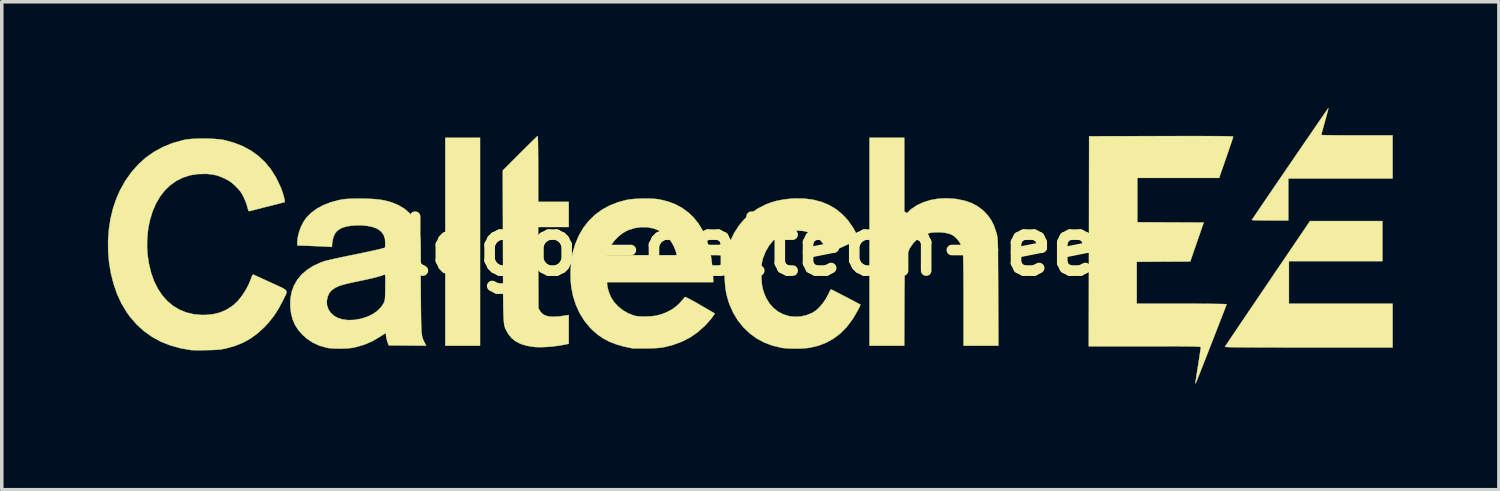
<source format=kicad_pcb>
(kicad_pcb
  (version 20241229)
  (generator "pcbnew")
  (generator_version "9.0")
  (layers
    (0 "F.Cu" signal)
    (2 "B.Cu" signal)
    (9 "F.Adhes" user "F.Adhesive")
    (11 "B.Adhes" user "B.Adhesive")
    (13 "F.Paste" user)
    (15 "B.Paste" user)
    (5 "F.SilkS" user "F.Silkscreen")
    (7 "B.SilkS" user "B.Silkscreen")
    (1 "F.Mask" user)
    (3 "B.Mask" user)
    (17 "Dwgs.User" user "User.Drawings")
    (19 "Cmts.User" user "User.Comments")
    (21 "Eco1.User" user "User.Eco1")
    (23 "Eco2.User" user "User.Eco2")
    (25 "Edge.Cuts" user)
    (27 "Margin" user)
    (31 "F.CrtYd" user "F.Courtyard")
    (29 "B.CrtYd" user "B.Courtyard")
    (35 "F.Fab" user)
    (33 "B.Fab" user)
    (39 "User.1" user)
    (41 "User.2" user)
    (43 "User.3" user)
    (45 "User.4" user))
  (footprint "logo-caltech-ee"
    (layer "F.Cu")
    (at 18.154 3.908)
    (property "Reference" "logo-caltech-ee" (at 0 0 0) (layer "F.SilkS") (effects (font (size 1.524 1.524) (thickness 0.3))))
    (attr through_hole)
    (fp_poly (pts (xy -7.637 2.811) (xy -8.619 2.811) (xy -8.619 -3.065) (xy -7.637 -3.065) (xy -7.637 2.811)) (stroke (width 0.01) (type solid)) (fill yes) (layer "F.SilkS"))
    (fp_poly (pts (xy 16.842 -0.711) (xy 17.865 -0.711) (xy 17.865 0.423) (xy 15.223 0.423) (xy 15.223 1.626) (xy 18.153 1.626) (xy 18.153 2.862) (xy 15.78 2.862) (xy 15.438 2.862) (xy 15.128 2.862) (xy 14.85 2.861) (xy 14.601 2.861) (xy 14.38 2.86) (xy 14.187 2.859) (xy 14.018 2.858) (xy 13.874 2.857) (xy 13.752 2.856) (xy 13.652 2.854) (xy 13.571 2.853) (xy 13.509 2.851) (xy 13.464 2.848) (xy 13.434 2.846) (xy 13.419 2.843) (xy 13.416 2.841) (xy 13.426 2.824) (xy 13.455 2.781) (xy 13.5 2.714) (xy 13.56 2.624) (xy 13.635 2.512) (xy 13.724 2.381) (xy 13.824 2.232) (xy 13.936 2.067) (xy 14.057 1.888) (xy 14.187 1.696) (xy 14.325 1.493) (xy 14.469 1.28) (xy 14.618 1.06) (xy 14.622 1.054) (xy 15.819 -0.711) (xy 16.842 -0.711)) (stroke (width 0.01) (type solid)) (fill yes) (layer "F.SilkS"))
    (fp_poly (pts (xy 16.335 -3.886) (xy 16.325 -3.84) (xy 16.307 -3.772) (xy 16.284 -3.685) (xy 16.257 -3.584) (xy 16.241 -3.527) (xy 16.211 -3.42) (xy 16.185 -3.324) (xy 16.163 -3.244) (xy 16.147 -3.185) (xy 16.139 -3.151) (xy 16.137 -3.144) (xy 16.154 -3.142) (xy 16.201 -3.14) (xy 16.277 -3.138) (xy 16.377 -3.137) (xy 16.5 -3.135) (xy 16.641 -3.134) (xy 16.799 -3.133) (xy 16.97 -3.133) (xy 17.145 -3.133) (xy 18.153 -3.133) (xy 18.153 -1.913) (xy 15.206 -1.913) (xy 15.206 -0.728) (xy 14.688 -0.728) (xy 14.56 -0.729) (xy 14.444 -0.73) (xy 14.343 -0.732) (xy 14.263 -0.734) (xy 14.207 -0.737) (xy 14.179 -0.74) (xy 14.176 -0.742) (xy 14.187 -0.759) (xy 14.215 -0.802) (xy 14.26 -0.868) (xy 14.319 -0.955) (xy 14.391 -1.062) (xy 14.474 -1.185) (xy 14.568 -1.323) (xy 14.671 -1.474) (xy 14.781 -1.635) (xy 14.897 -1.805) (xy 15.017 -1.98) (xy 15.14 -2.16) (xy 15.264 -2.342) (xy 15.388 -2.524) (xy 15.511 -2.703) (xy 15.63 -2.877) (xy 15.746 -3.045) (xy 15.855 -3.204) (xy 15.957 -3.353) (xy 16.049 -3.488) (xy 16.132 -3.608) (xy 16.203 -3.71) (xy 16.26 -3.793) (xy 16.303 -3.854) (xy 16.329 -3.891) (xy 16.338 -3.903) (xy 16.335 -3.886)) (stroke (width 0.01) (type solid)) (fill yes) (layer "F.SilkS"))
    (fp_poly (pts (xy -6.005 -3.099) (xy -6.003 -3.052) (xy -6.001 -2.977) (xy -5.999 -2.877) (xy -5.997 -2.756) (xy -5.996 -2.616) (xy -5.995 -2.461) (xy -5.994 -2.293) (xy -5.994 -2.184) (xy -5.994 -1.253) (xy -5.131 -1.253) (xy -5.131 -0.542) (xy -5.995 -0.542) (xy -5.991 0.605) (xy -5.986 1.753) (xy -5.944 1.829) (xy -5.887 1.901) (xy -5.808 1.952) (xy -5.706 1.983) (xy -5.578 1.994) (xy -5.424 1.986) (xy -5.393 1.983) (xy -5.316 1.973) (xy -5.246 1.963) (xy -5.195 1.955) (xy -5.177 1.952) (xy -5.131 1.943) (xy -5.131 2.757) (xy -5.218 2.776) (xy -5.391 2.808) (xy -5.572 2.832) (xy -5.752 2.847) (xy -5.921 2.854) (xy -6.072 2.85) (xy -6.132 2.844) (xy -6.324 2.812) (xy -6.489 2.761) (xy -6.628 2.69) (xy -6.743 2.599) (xy -6.835 2.486) (xy -6.871 2.425) (xy -6.887 2.396) (xy -6.902 2.369) (xy -6.915 2.344) (xy -6.926 2.318) (xy -6.936 2.29) (xy -6.945 2.257) (xy -6.953 2.218) (xy -6.96 2.171) (xy -6.965 2.114) (xy -6.97 2.045) (xy -6.974 1.962) (xy -6.977 1.865) (xy -6.98 1.75) (xy -6.982 1.616) (xy -6.984 1.46) (xy -6.985 1.283) (xy -6.986 1.08) (xy -6.987 0.851) (xy -6.988 0.594) (xy -6.988 0.306) (xy -6.989 -0.013) (xy -6.989 -0.016) (xy -6.995 -2.14) (xy -6.508 -2.628) (xy -6.402 -2.733) (xy -6.303 -2.831) (xy -6.215 -2.919) (xy -6.139 -2.993) (xy -6.077 -3.052) (xy -6.034 -3.093) (xy -6.011 -3.114) (xy -6.007 -3.116) (xy -6.005 -3.099)) (stroke (width 0.01) (type solid)) (fill yes) (layer "F.SilkS"))
    (fp_poly (pts (xy 4.353 -0.855) (xy 4.416 -0.925) (xy 4.555 -1.054) (xy 4.718 -1.161) (xy 4.901 -1.245) (xy 5.101 -1.306) (xy 5.316 -1.343) (xy 5.543 -1.354) (xy 5.777 -1.339) (xy 5.846 -1.33) (xy 6.059 -1.286) (xy 6.247 -1.222) (xy 6.414 -1.135) (xy 6.563 -1.025) (xy 6.605 -0.987) (xy 6.72 -0.863) (xy 6.814 -0.728) (xy 6.89 -0.574) (xy 6.951 -0.395) (xy 6.963 -0.352) (xy 6.969 -0.328) (xy 6.975 -0.303) (xy 6.98 -0.277) (xy 6.984 -0.247) (xy 6.988 -0.211) (xy 6.991 -0.166) (xy 6.994 -0.11) (xy 6.996 -0.041) (xy 6.998 0.043) (xy 7 0.145) (xy 7.001 0.267) (xy 7.002 0.411) (xy 7.003 0.579) (xy 7.004 0.774) (xy 7.005 0.998) (xy 7.006 1.253) (xy 7.006 1.3) (xy 7.012 2.811) (xy 6.028 2.811) (xy 6.028 1.568) (xy 6.028 1.301) (xy 6.027 1.06) (xy 6.026 0.845) (xy 6.024 0.659) (xy 6.022 0.501) (xy 6.019 0.374) (xy 6.016 0.278) (xy 6.012 0.214) (xy 6.01 0.193) (xy 5.986 0.065) (xy 5.953 -0.039) (xy 5.906 -0.127) (xy 5.841 -0.206) (xy 5.825 -0.223) (xy 5.766 -0.278) (xy 5.712 -0.315) (xy 5.651 -0.342) (xy 5.612 -0.356) (xy 5.504 -0.38) (xy 5.378 -0.393) (xy 5.248 -0.394) (xy 5.125 -0.384) (xy 5.038 -0.365) (xy 4.875 -0.301) (xy 4.733 -0.21) (xy 4.611 -0.092) (xy 4.51 0.052) (xy 4.431 0.222) (xy 4.392 0.339) (xy 4.386 0.362) (xy 4.381 0.389) (xy 4.377 0.421) (xy 4.373 0.461) (xy 4.37 0.511) (xy 4.367 0.575) (xy 4.365 0.654) (xy 4.363 0.752) (xy 4.361 0.87) (xy 4.36 1.012) (xy 4.358 1.179) (xy 4.357 1.375) (xy 4.356 1.602) (xy 4.356 1.63) (xy 4.351 2.811) (xy 3.37 2.811) (xy 3.37 -3.065) (xy 4.352 -3.065) (xy 4.353 -0.855)) (stroke (width 0.01) (type solid)) (fill yes) (layer "F.SilkS"))
    (fp_poly (pts (xy 12.688 -3.113) (xy 12.883 -3.112) (xy 13.053 -3.112) (xy 13.197 -3.111) (xy 13.319 -3.11) (xy 13.419 -3.109) (xy 13.498 -3.107) (xy 13.559 -3.105) (xy 13.603 -3.103) (xy 13.632 -3.1) (xy 13.646 -3.097) (xy 13.648 -3.095) (xy 13.643 -3.074) (xy 13.628 -3.026) (xy 13.604 -2.953) (xy 13.572 -2.859) (xy 13.535 -2.748) (xy 13.492 -2.624) (xy 13.45 -2.502) (xy 13.251 -1.93) (xy 10.939 -1.93) (xy 10.939 -0.678) (xy 11.877 -0.673) (xy 12.815 -0.669) (xy 12.625 -0.119) (xy 12.435 0.432) (xy 11.678 0.436) (xy 10.922 0.441) (xy 10.922 1.626) (xy 12.192 1.626) (xy 12.398 1.626) (xy 12.594 1.626) (xy 12.776 1.627) (xy 12.943 1.628) (xy 13.09 1.63) (xy 13.217 1.632) (xy 13.32 1.633) (xy 13.397 1.636) (xy 13.445 1.638) (xy 13.462 1.64) (xy 13.462 1.64) (xy 13.456 1.658) (xy 13.439 1.704) (xy 13.412 1.775) (xy 13.376 1.869) (xy 13.332 1.982) (xy 13.282 2.111) (xy 13.227 2.252) (xy 13.168 2.404) (xy 13.106 2.563) (xy 13.043 2.725) (xy 12.979 2.888) (xy 12.917 3.048) (xy 12.856 3.203) (xy 12.798 3.349) (xy 12.745 3.484) (xy 12.698 3.603) (xy 12.658 3.705) (xy 12.625 3.786) (xy 12.603 3.843) (xy 12.59 3.873) (xy 12.588 3.876) (xy 12.582 3.87) (xy 12.581 3.862) (xy 12.584 3.84) (xy 12.591 3.789) (xy 12.603 3.714) (xy 12.617 3.618) (xy 12.634 3.507) (xy 12.654 3.384) (xy 12.658 3.358) (xy 12.677 3.234) (xy 12.695 3.12) (xy 12.71 3.02) (xy 12.722 2.94) (xy 12.73 2.883) (xy 12.734 2.854) (xy 12.734 2.852) (xy 12.73 2.848) (xy 12.719 2.845) (xy 12.697 2.841) (xy 12.664 2.839) (xy 12.617 2.836) (xy 12.553 2.834) (xy 12.473 2.832) (xy 12.372 2.831) (xy 12.25 2.83) (xy 12.104 2.829) (xy 11.933 2.829) (xy 11.734 2.828) (xy 11.506 2.828) (xy 11.247 2.828) (xy 11.151 2.828) (xy 9.567 2.828) (xy 9.572 -0.14) (xy 9.576 -3.107) (xy 11.612 -3.112) (xy 11.928 -3.112) (xy 12.211 -3.113) (xy 12.464 -3.113) (xy 12.688 -3.113)) (stroke (width 0.01) (type solid)) (fill yes) (layer "F.SilkS"))
    (fp_poly (pts (xy -2.841 -1.345) (xy -2.71 -1.339) (xy -2.601 -1.327) (xy -2.574 -1.323) (xy -2.333 -1.265) (xy -2.115 -1.183) (xy -1.917 -1.075) (xy -1.737 -0.941) (xy -1.607 -0.817) (xy -1.467 -0.643) (xy -1.347 -0.446) (xy -1.247 -0.224) (xy -1.168 0.023) (xy -1.109 0.296) (xy -1.07 0.595) (xy -1.056 0.792) (xy -1.045 1.016) (xy -4.047 1.016) (xy -4.047 1.063) (xy -4.038 1.14) (xy -4.015 1.235) (xy -3.982 1.336) (xy -3.94 1.433) (xy -3.935 1.444) (xy -3.85 1.578) (xy -3.737 1.701) (xy -3.602 1.809) (xy -3.45 1.897) (xy -3.294 1.958) (xy -3.238 1.972) (xy -3.175 1.981) (xy -3.097 1.986) (xy -2.996 1.988) (xy -2.963 1.987) (xy -2.799 1.981) (xy -2.656 1.962) (xy -2.524 1.928) (xy -2.394 1.879) (xy -2.345 1.856) (xy -2.244 1.804) (xy -2.156 1.747) (xy -2.072 1.681) (xy -1.988 1.599) (xy -1.897 1.497) (xy -1.844 1.434) (xy -1.827 1.438) (xy -1.785 1.458) (xy -1.721 1.491) (xy -1.639 1.535) (xy -1.543 1.588) (xy -1.437 1.649) (xy -1.417 1.661) (xy -1.001 1.902) (xy -1.072 2.005) (xy -1.113 2.059) (xy -1.171 2.127) (xy -1.237 2.2) (xy -1.295 2.26) (xy -1.489 2.433) (xy -1.701 2.578) (xy -1.931 2.696) (xy -2.182 2.789) (xy -2.401 2.846) (xy -2.469 2.859) (xy -2.538 2.869) (xy -2.616 2.877) (xy -2.709 2.882) (xy -2.825 2.885) (xy -2.929 2.887) (xy -3.04 2.889) (xy -3.14 2.889) (xy -3.226 2.889) (xy -3.291 2.888) (xy -3.33 2.886) (xy -3.336 2.885) (xy -3.578 2.834) (xy -3.792 2.772) (xy -3.982 2.698) (xy -4.153 2.608) (xy -4.309 2.502) (xy -4.454 2.377) (xy -4.53 2.3) (xy -4.688 2.108) (xy -4.821 1.894) (xy -4.928 1.66) (xy -5.008 1.409) (xy -5.056 1.167) (xy -5.072 1.014) (xy -5.079 0.844) (xy -5.077 0.667) (xy -5.066 0.493) (xy -5.048 0.332) (xy -5.033 0.254) (xy -4.048 0.254) (xy -2.081 0.254) (xy -2.092 0.191) (xy -2.104 0.146) (xy -2.127 0.083) (xy -2.157 0.012) (xy -2.169 -0.015) (xy -2.245 -0.145) (xy -2.343 -0.265) (xy -2.456 -0.366) (xy -2.57 -0.438) (xy -2.734 -0.502) (xy -2.908 -0.536) (xy -3.088 -0.539) (xy -3.269 -0.512) (xy -3.447 -0.455) (xy -3.502 -0.43) (xy -3.623 -0.358) (xy -3.741 -0.261) (xy -3.846 -0.15) (xy -3.932 -0.031) (xy -3.966 0.034) (xy -3.996 0.1) (xy -4.02 0.159) (xy -4.035 0.201) (xy -4.037 0.207) (xy -4.048 0.254) (xy -5.033 0.254) (xy -5.024 0.203) (xy -4.946 -0.061) (xy -4.844 -0.302) (xy -4.717 -0.52) (xy -4.566 -0.714) (xy -4.392 -0.884) (xy -4.195 -1.029) (xy -3.976 -1.15) (xy -3.734 -1.244) (xy -3.501 -1.307) (xy -3.398 -1.323) (xy -3.272 -1.336) (xy -3.131 -1.344) (xy -2.984 -1.347) (xy -2.841 -1.345)) (stroke (width 0.01) (type solid)) (fill yes) (layer "F.SilkS"))
    (fp_poly (pts (xy 1.522 -1.346) (xy 1.774 -1.314) (xy 2.009 -1.253) (xy 2.225 -1.164) (xy 2.424 -1.046) (xy 2.603 -0.9) (xy 2.763 -0.727) (xy 2.904 -0.526) (xy 2.993 -0.364) (xy 3.019 -0.315) (xy 3.038 -0.276) (xy 3.048 -0.244) (xy 3.047 -0.218) (xy 3.031 -0.193) (xy 2.999 -0.168) (xy 2.946 -0.138) (xy 2.871 -0.102) (xy 2.771 -0.057) (xy 2.655 -0.004) (xy 2.544 0.047) (xy 2.444 0.092) (xy 2.357 0.131) (xy 2.288 0.162) (xy 2.241 0.182) (xy 2.221 0.189) (xy 2.201 0.178) (xy 2.179 0.143) (xy 2.172 0.127) (xy 2.097 -0.02) (xy 1.995 -0.152) (xy 1.871 -0.264) (xy 1.732 -0.353) (xy 1.58 -0.413) (xy 1.566 -0.417) (xy 1.482 -0.432) (xy 1.377 -0.439) (xy 1.265 -0.437) (xy 1.158 -0.428) (xy 1.078 -0.413) (xy 0.918 -0.355) (xy 0.771 -0.267) (xy 0.64 -0.152) (xy 0.527 -0.011) (xy 0.433 0.152) (xy 0.361 0.335) (xy 0.352 0.365) (xy 0.337 0.422) (xy 0.327 0.476) (xy 0.32 0.535) (xy 0.316 0.606) (xy 0.314 0.698) (xy 0.314 0.779) (xy 0.317 0.935) (xy 0.327 1.066) (xy 0.347 1.182) (xy 0.377 1.29) (xy 0.42 1.4) (xy 0.454 1.472) (xy 0.545 1.622) (xy 0.657 1.748) (xy 0.788 1.85) (xy 0.934 1.926) (xy 1.091 1.975) (xy 1.256 1.995) (xy 1.425 1.987) (xy 1.596 1.948) (xy 1.755 1.882) (xy 1.854 1.818) (xy 1.954 1.726) (xy 2.05 1.613) (xy 2.138 1.484) (xy 2.212 1.345) (xy 2.219 1.33) (xy 2.245 1.276) (xy 2.267 1.236) (xy 2.281 1.219) (xy 2.281 1.219) (xy 2.298 1.227) (xy 2.34 1.247) (xy 2.402 1.279) (xy 2.48 1.319) (xy 2.569 1.365) (xy 2.665 1.415) (xy 2.762 1.465) (xy 2.855 1.514) (xy 2.941 1.559) (xy 3.015 1.598) (xy 3.071 1.628) (xy 3.105 1.647) (xy 3.113 1.651) (xy 3.109 1.669) (xy 3.091 1.71) (xy 3.062 1.768) (xy 3.024 1.838) (xy 2.981 1.913) (xy 2.937 1.989) (xy 2.893 2.059) (xy 2.876 2.084) (xy 2.722 2.287) (xy 2.55 2.461) (xy 2.361 2.606) (xy 2.154 2.723) (xy 1.931 2.81) (xy 1.692 2.867) (xy 1.675 2.87) (xy 1.572 2.882) (xy 1.448 2.89) (xy 1.312 2.893) (xy 1.173 2.892) (xy 1.043 2.887) (xy 0.931 2.878) (xy 0.881 2.87) (xy 0.631 2.811) (xy 0.397 2.723) (xy 0.181 2.607) (xy -0.016 2.463) (xy -0.193 2.294) (xy -0.349 2.1) (xy -0.481 1.883) (xy -0.588 1.643) (xy -0.588 1.643) (xy -0.61 1.577) (xy -0.636 1.492) (xy -0.661 1.401) (xy -0.672 1.355) (xy -0.695 1.232) (xy -0.712 1.085) (xy -0.722 0.925) (xy -0.727 0.76) (xy -0.724 0.601) (xy -0.715 0.457) (xy -0.705 0.381) (xy -0.649 0.111) (xy -0.566 -0.139) (xy -0.457 -0.37) (xy -0.323 -0.579) (xy -0.165 -0.766) (xy 0.016 -0.929) (xy 0.219 -1.068) (xy 0.444 -1.182) (xy 0.555 -1.225) (xy 0.736 -1.279) (xy 0.94 -1.319) (xy 1.155 -1.344) (xy 1.253 -1.35) (xy 1.522 -1.346)) (stroke (width 0.01) (type solid)) (fill yes) (layer "F.SilkS"))
    (fp_poly (pts (xy -15.301 -3.04) (xy -15.153 -3.033) (xy -15.019 -3.022) (xy -14.909 -3.008) (xy -14.873 -3.001) (xy -14.595 -2.925) (xy -14.341 -2.825) (xy -14.109 -2.7) (xy -13.9 -2.549) (xy -13.713 -2.373) (xy -13.547 -2.171) (xy -13.403 -1.943) (xy -13.281 -1.688) (xy -13.268 -1.659) (xy -13.237 -1.576) (xy -13.209 -1.491) (xy -13.185 -1.41) (xy -13.168 -1.339) (xy -13.158 -1.283) (xy -13.158 -1.251) (xy -13.162 -1.245) (xy -13.183 -1.239) (xy -13.233 -1.226) (xy -13.307 -1.207) (xy -13.4 -1.183) (xy -13.51 -1.155) (xy -13.63 -1.125) (xy -13.657 -1.118) (xy -13.779 -1.087) (xy -13.892 -1.058) (xy -13.99 -1.033) (xy -14.07 -1.013) (xy -14.126 -0.998) (xy -14.155 -0.991) (xy -14.157 -0.99) (xy -14.173 -0.993) (xy -14.187 -1.017) (xy -14.202 -1.067) (xy -14.212 -1.105) (xy -14.232 -1.176) (xy -14.264 -1.262) (xy -14.301 -1.35) (xy -14.319 -1.389) (xy -14.363 -1.472) (xy -14.406 -1.54) (xy -14.457 -1.603) (xy -14.525 -1.674) (xy -14.539 -1.688) (xy -14.615 -1.76) (xy -14.683 -1.815) (xy -14.754 -1.86) (xy -14.837 -1.904) (xy -14.96 -1.96) (xy -15.071 -1.999) (xy -15.182 -2.024) (xy -15.307 -2.039) (xy -15.384 -2.044) (xy -15.614 -2.039) (xy -15.83 -2.005) (xy -16.032 -1.94) (xy -16.22 -1.847) (xy -16.391 -1.725) (xy -16.545 -1.577) (xy -16.68 -1.403) (xy -16.797 -1.204) (xy -16.893 -0.981) (xy -16.968 -0.734) (xy -17.009 -0.537) (xy -17.032 -0.361) (xy -17.045 -0.169) (xy -17.047 0.023) (xy -17.038 0.2) (xy -17.036 0.22) (xy -16.995 0.499) (xy -16.932 0.757) (xy -16.848 0.991) (xy -16.743 1.202) (xy -16.619 1.389) (xy -16.475 1.55) (xy -16.314 1.685) (xy -16.136 1.792) (xy -15.941 1.872) (xy -15.731 1.923) (xy -15.507 1.943) (xy -15.375 1.942) (xy -15.171 1.92) (xy -14.987 1.874) (xy -14.818 1.803) (xy -14.66 1.704) (xy -14.594 1.653) (xy -14.48 1.544) (xy -14.37 1.408) (xy -14.269 1.255) (xy -14.181 1.091) (xy -14.112 0.925) (xy -14.105 0.903) (xy -14.081 0.841) (xy -14.062 0.809) (xy -14.045 0.803) (xy -14.044 0.803) (xy -14.023 0.812) (xy -13.975 0.834) (xy -13.905 0.866) (xy -13.816 0.906) (xy -13.712 0.954) (xy -13.597 1.007) (xy -13.553 1.027) (xy -13.418 1.088) (xy -13.31 1.137) (xy -13.227 1.177) (xy -13.168 1.211) (xy -13.129 1.241) (xy -13.109 1.272) (xy -13.106 1.307) (xy -13.117 1.348) (xy -13.141 1.4) (xy -13.174 1.465) (xy -13.207 1.532) (xy -13.331 1.765) (xy -13.464 1.971) (xy -13.611 2.157) (xy -13.74 2.295) (xy -13.93 2.467) (xy -14.125 2.609) (xy -14.331 2.723) (xy -14.553 2.814) (xy -14.797 2.883) (xy -14.867 2.899) (xy -14.939 2.912) (xy -15.018 2.922) (xy -15.109 2.929) (xy -15.219 2.934) (xy -15.356 2.937) (xy -15.384 2.938) (xy -15.494 2.939) (xy -15.596 2.939) (xy -15.685 2.939) (xy -15.752 2.938) (xy -15.794 2.936) (xy -15.799 2.936) (xy -16.105 2.883) (xy -16.393 2.803) (xy -16.66 2.696) (xy -16.908 2.561) (xy -17.136 2.399) (xy -17.343 2.21) (xy -17.53 1.994) (xy -17.63 1.856) (xy -17.775 1.611) (xy -17.897 1.345) (xy -17.995 1.061) (xy -18.07 0.765) (xy -18.121 0.459) (xy -18.147 0.147) (xy -18.149 -0.167) (xy -18.126 -0.479) (xy -18.079 -0.785) (xy -18.006 -1.082) (xy -17.908 -1.366) (xy -17.814 -1.576) (xy -17.662 -1.848) (xy -17.488 -2.094) (xy -17.294 -2.313) (xy -17.08 -2.506) (xy -16.846 -2.67) (xy -16.592 -2.807) (xy -16.32 -2.917) (xy -16.029 -2.997) (xy -15.976 -3.009) (xy -15.876 -3.024) (xy -15.751 -3.034) (xy -15.608 -3.04) (xy -15.455 -3.042) (xy -15.301 -3.04)) (stroke (width 0.01) (type solid)) (fill yes) (layer "F.SilkS"))
    (fp_poly (pts (xy -10.81 -1.342) (xy -10.625 -1.332) (xy -10.462 -1.315) (xy -10.316 -1.289) (xy -10.182 -1.253) (xy -10.053 -1.207) (xy -9.94 -1.157) (xy -9.777 -1.061) (xy -9.639 -0.943) (xy -9.524 -0.801) (xy -9.433 -0.634) (xy -9.364 -0.443) (xy -9.361 -0.432) (xy -9.354 -0.407) (xy -9.348 -0.382) (xy -9.343 -0.354) (xy -9.339 -0.323) (xy -9.335 -0.284) (xy -9.332 -0.236) (xy -9.329 -0.176) (xy -9.326 -0.102) (xy -9.324 -0.012) (xy -9.322 0.097) (xy -9.321 0.228) (xy -9.319 0.382) (xy -9.317 0.563) (xy -9.316 0.772) (xy -9.314 1.011) (xy -9.313 1.075) (xy -9.312 1.33) (xy -9.31 1.554) (xy -9.308 1.748) (xy -9.306 1.916) (xy -9.304 2.059) (xy -9.301 2.18) (xy -9.298 2.282) (xy -9.294 2.366) (xy -9.289 2.436) (xy -9.282 2.493) (xy -9.275 2.541) (xy -9.266 2.58) (xy -9.255 2.614) (xy -9.243 2.645) (xy -9.229 2.676) (xy -9.212 2.708) (xy -9.203 2.727) (xy -9.16 2.811) (xy -9.69 2.807) (xy -10.219 2.802) (xy -10.257 2.692) (xy -10.277 2.625) (xy -10.29 2.561) (xy -10.295 2.519) (xy -10.297 2.478) (xy -10.302 2.456) (xy -10.303 2.455) (xy -10.319 2.464) (xy -10.357 2.488) (xy -10.41 2.523) (xy -10.451 2.55) (xy -10.679 2.684) (xy -10.914 2.785) (xy -11.16 2.855) (xy -11.242 2.871) (xy -11.335 2.883) (xy -11.448 2.89) (xy -11.572 2.894) (xy -11.697 2.893) (xy -11.815 2.888) (xy -11.915 2.879) (xy -11.972 2.869) (xy -12.178 2.81) (xy -12.363 2.726) (xy -12.531 2.613) (xy -12.651 2.507) (xy -12.774 2.367) (xy -12.868 2.221) (xy -12.936 2.062) (xy -12.979 1.886) (xy -13 1.693) (xy -12.997 1.558) (xy -11.97 1.558) (xy -11.961 1.675) (xy -11.922 1.786) (xy -11.855 1.885) (xy -11.761 1.968) (xy -11.666 2.022) (xy -11.524 2.069) (xy -11.364 2.089) (xy -11.189 2.083) (xy -11.001 2.049) (xy -10.99 2.047) (xy -10.819 1.991) (xy -10.666 1.917) (xy -10.537 1.826) (xy -10.433 1.721) (xy -10.369 1.624) (xy -10.353 1.593) (xy -10.341 1.566) (xy -10.333 1.536) (xy -10.326 1.499) (xy -10.322 1.45) (xy -10.319 1.382) (xy -10.317 1.292) (xy -10.316 1.174) (xy -10.315 1.162) (xy -10.314 1.041) (xy -10.313 0.95) (xy -10.314 0.884) (xy -10.316 0.841) (xy -10.319 0.815) (xy -10.325 0.803) (xy -10.333 0.801) (xy -10.341 0.803) (xy -10.429 0.834) (xy -10.539 0.867) (xy -10.675 0.902) (xy -10.84 0.94) (xy -11.035 0.981) (xy -11.041 0.982) (xy -11.2 1.015) (xy -11.331 1.044) (xy -11.437 1.07) (xy -11.523 1.093) (xy -11.594 1.115) (xy -11.654 1.139) (xy -11.707 1.164) (xy -11.746 1.185) (xy -11.835 1.249) (xy -11.899 1.327) (xy -11.945 1.429) (xy -11.947 1.436) (xy -11.97 1.558) (xy -12.997 1.558) (xy -12.996 1.485) (xy -12.961 1.291) (xy -12.896 1.112) (xy -12.801 0.948) (xy -12.678 0.8) (xy -12.526 0.669) (xy -12.347 0.555) (xy -12.141 0.461) (xy -12.04 0.424) (xy -11.998 0.413) (xy -11.928 0.396) (xy -11.834 0.374) (xy -11.719 0.348) (xy -11.589 0.32) (xy -11.447 0.29) (xy -11.298 0.259) (xy -11.269 0.254) (xy -11.118 0.222) (xy -10.971 0.192) (xy -10.833 0.163) (xy -10.71 0.136) (xy -10.605 0.114) (xy -10.524 0.095) (xy -10.47 0.082) (xy -10.465 0.081) (xy -10.321 0.042) (xy -10.316 -0.08) (xy -10.324 -0.208) (xy -10.361 -0.317) (xy -10.426 -0.408) (xy -10.52 -0.48) (xy -10.582 -0.511) (xy -10.696 -0.549) (xy -10.829 -0.575) (xy -10.975 -0.589) (xy -11.126 -0.59) (xy -11.273 -0.58) (xy -11.408 -0.558) (xy -11.524 -0.524) (xy -11.583 -0.497) (xy -11.672 -0.436) (xy -11.737 -0.356) (xy -11.782 -0.256) (xy -11.81 -0.131) (xy -11.815 -0.087) (xy -11.825 0.021) (xy -12.004 0.011) (xy -12.083 0.007) (xy -12.186 0.002) (xy -12.302 -0.003) (xy -12.42 -0.008) (xy -12.493 -0.011) (xy -12.802 -0.022) (xy -12.802 -0.105) (xy -12.789 -0.248) (xy -12.752 -0.401) (xy -12.696 -0.553) (xy -12.624 -0.693) (xy -12.544 -0.807) (xy -12.411 -0.942) (xy -12.25 -1.061) (xy -12.063 -1.161) (xy -11.853 -1.242) (xy -11.622 -1.304) (xy -11.565 -1.315) (xy -11.496 -1.326) (xy -11.421 -1.334) (xy -11.333 -1.34) (xy -11.227 -1.343) (xy -11.095 -1.345) (xy -11.024 -1.345) (xy -10.81 -1.342)) (stroke (width 0.01) (type solid)) (fill yes) (layer "F.SilkS")))
  (gr_rect
    (start -3 -3)
    (end 39.311 10.789)
    (stroke (width 0.1) (type default))
    (fill no)
    (layer "Edge.Cuts")))
</source>
